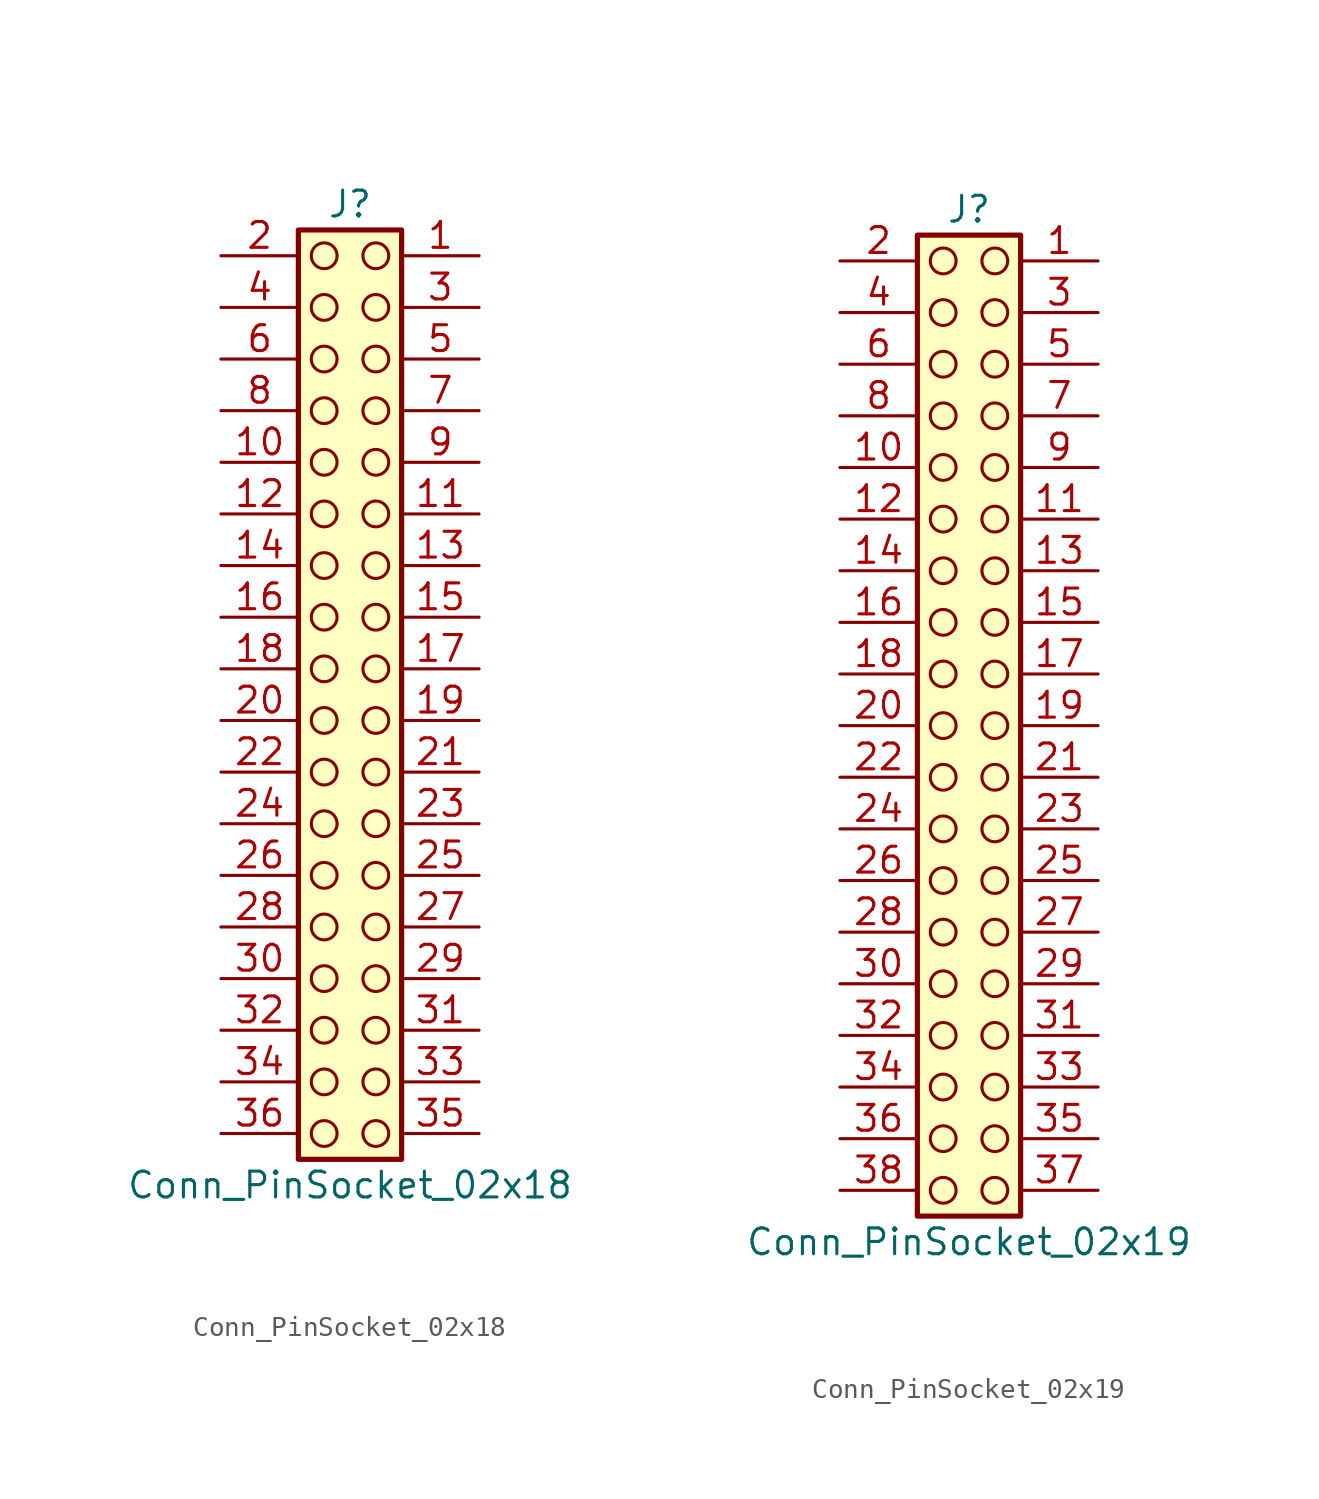
<source format=kicad_sym>
(kicad_symbol_lib
  (version 20241209)
  (generator "kicad_symbol_editor")
  (generator_version "9.0")
  (symbol "Conn_PinSocket_02x18"
    (pin_names
      (offset 1.016)
      (hide yes))
    (property "Reference" "J"
      (at 1.27 22.86 0)
      (effects (font (size 1.27 1.27))))
    (property "Value" "Conn_PinSocket_02x18"
      (at 1.27 -25.4 0)
      (effects (font (size 1.27 1.27))))
    (symbol "Conn_PinSocket_02x18_1_1"
      (rectangle (start -1.27 21.59) (end 3.81 -24.13) (stroke (width 0.254) (type default)) (fill (type background)))
      (circle (center 0 20.32) (radius 0.635) (stroke (width 0) (type solid) (color 132 0 0 1)) (fill (type none)))
      (circle (center 0 17.78) (radius 0.635) (stroke (width 0) (type solid) (color 132 0 0 1)) (fill (type none)))
      (circle (center 0 15.24) (radius 0.635) (stroke (width 0) (type solid) (color 132 0 0 1)) (fill (type none)))
      (circle (center 0 12.7) (radius 0.635) (stroke (width 0) (type solid) (color 132 0 0 1)) (fill (type none)))
      (circle (center 0 10.16) (radius 0.635) (stroke (width 0) (type solid) (color 132 0 0 1)) (fill (type none)))
      (circle (center 0 7.62) (radius 0.635) (stroke (width 0) (type solid) (color 132 0 0 1)) (fill (type none)))
      (circle (center 0 5.08) (radius 0.635) (stroke (width 0) (type solid) (color 132 0 0 1)) (fill (type none)))
      (circle (center 0 2.54) (radius 0.635) (stroke (width 0) (type solid) (color 132 0 0 1)) (fill (type none)))
      (circle (center 0 0) (radius 0.635) (stroke (width 0) (type solid) (color 132 0 0 1)) (fill (type none)))
      (circle (center 0 -2.54) (radius 0.635) (stroke (width 0) (type solid) (color 132 0 0 1)) (fill (type none)))
      (circle (center 0 -5.08) (radius 0.635) (stroke (width 0) (type solid) (color 132 0 0 1)) (fill (type none)))
      (circle (center 0 -7.62) (radius 0.635) (stroke (width 0) (type solid) (color 132 0 0 1)) (fill (type none)))
      (circle (center 0 -10.16) (radius 0.635) (stroke (width 0) (type solid) (color 132 0 0 1)) (fill (type none)))
      (circle (center 0 -12.7) (radius 0.635) (stroke (width 0) (type solid) (color 132 0 0 1)) (fill (type none)))
      (circle (center 0 -15.24) (radius 0.635) (stroke (width 0) (type solid) (color 132 0 0 1)) (fill (type none)))
      (circle (center 0 -17.78) (radius 0.635) (stroke (width 0) (type solid) (color 132 0 0 1)) (fill (type none)))
      (circle (center 0 -20.32) (radius 0.635) (stroke (width 0) (type solid) (color 132 0 0 1)) (fill (type none)))
      (circle (center 0 -22.86) (radius 0.635) (stroke (width 0) (type solid) (color 132 0 0 1)) (fill (type none)))
      (circle (center 2.54 20.32) (radius 0.635) (stroke (width 0) (type solid) (color 132 0 0 1)) (fill (type none)))
      (circle (center 2.54 17.78) (radius 0.635) (stroke (width 0) (type solid) (color 132 0 0 1)) (fill (type none)))
      (circle (center 2.54 15.24) (radius 0.635) (stroke (width 0) (type solid) (color 132 0 0 1)) (fill (type none)))
      (circle (center 2.54 12.7) (radius 0.635) (stroke (width 0) (type solid) (color 132 0 0 1)) (fill (type none)))
      (circle (center 2.54 10.16) (radius 0.635) (stroke (width 0) (type solid) (color 132 0 0 1)) (fill (type none)))
      (circle (center 2.54 7.62) (radius 0.635) (stroke (width 0) (type solid) (color 132 0 0 1)) (fill (type none)))
      (circle (center 2.54 5.08) (radius 0.635) (stroke (width 0) (type solid) (color 132 0 0 1)) (fill (type none)))
      (circle (center 2.54 2.54) (radius 0.635) (stroke (width 0) (type solid) (color 132 0 0 1)) (fill (type none)))
      (circle (center 2.54 0) (radius 0.635) (stroke (width 0) (type solid) (color 132 0 0 1)) (fill (type none)))
      (circle (center 2.54 -2.54) (radius 0.635) (stroke (width 0) (type solid) (color 132 0 0 1)) (fill (type none)))
      (circle (center 2.54 -5.08) (radius 0.635) (stroke (width 0) (type solid) (color 132 0 0 1)) (fill (type none)))
      (circle (center 2.54 -7.62) (radius 0.635) (stroke (width 0) (type solid) (color 132 0 0 1)) (fill (type none)))
      (circle (center 2.54 -10.16) (radius 0.635) (stroke (width 0) (type solid) (color 132 0 0 1)) (fill (type none)))
      (circle (center 2.54 -12.7) (radius 0.635) (stroke (width 0) (type solid) (color 132 0 0 1)) (fill (type none)))
      (circle (center 2.54 -15.24) (radius 0.635) (stroke (width 0) (type solid) (color 132 0 0 1)) (fill (type none)))
      (circle (center 2.54 -17.78) (radius 0.635) (stroke (width 0) (type solid) (color 132 0 0 1)) (fill (type none)))
      (circle (center 2.54 -20.32) (radius 0.635) (stroke (width 0) (type solid) (color 132 0 0 1)) (fill (type none)))
      (circle (center 2.54 -22.86) (radius 0.635) (stroke (width 0) (type solid) (color 132 0 0 1)) (fill (type none)))
      (pin passive line (at -5.08 20.32 0) (length 3.81) (name "Pin_2" (effects (font (size 1.27 1.27)))) (number "2" (effects (font (size 1.27 1.27)))))
      (pin passive line (at -5.08 17.78 0) (length 3.81) (name "Pin_4" (effects (font (size 1.27 1.27)))) (number "4" (effects (font (size 1.27 1.27)))))
      (pin passive line (at -5.08 15.24 0) (length 3.81) (name "Pin_6" (effects (font (size 1.27 1.27)))) (number "6" (effects (font (size 1.27 1.27)))))
      (pin passive line (at -5.08 12.7 0) (length 3.81) (name "Pin_8" (effects (font (size 1.27 1.27)))) (number "8" (effects (font (size 1.27 1.27)))))
      (pin passive line (at -5.08 10.16 0) (length 3.81) (name "Pin_10" (effects (font (size 1.27 1.27)))) (number "10" (effects (font (size 1.27 1.27)))))
      (pin passive line (at -5.08 7.62 0) (length 3.81) (name "Pin_12" (effects (font (size 1.27 1.27)))) (number "12" (effects (font (size 1.27 1.27)))))
      (pin passive line (at -5.08 5.08 0) (length 3.81) (name "Pin_14" (effects (font (size 1.27 1.27)))) (number "14" (effects (font (size 1.27 1.27)))))
      (pin passive line (at -5.08 2.54 0) (length 3.81) (name "Pin_16" (effects (font (size 1.27 1.27)))) (number "16" (effects (font (size 1.27 1.27)))))
      (pin passive line (at -5.08 0 0) (length 3.81) (name "Pin_18" (effects (font (size 1.27 1.27)))) (number "18" (effects (font (size 1.27 1.27)))))
      (pin passive line (at -5.08 -2.54 0) (length 3.81) (name "Pin_20" (effects (font (size 1.27 1.27)))) (number "20" (effects (font (size 1.27 1.27)))))
      (pin passive line (at -5.08 -5.08 0) (length 3.81) (name "Pin_22" (effects (font (size 1.27 1.27)))) (number "22" (effects (font (size 1.27 1.27)))))
      (pin passive line (at -5.08 -7.62 0) (length 3.81) (name "Pin_24" (effects (font (size 1.27 1.27)))) (number "24" (effects (font (size 1.27 1.27)))))
      (pin passive line (at -5.08 -10.16 0) (length 3.81) (name "Pin_26" (effects (font (size 1.27 1.27)))) (number "26" (effects (font (size 1.27 1.27)))))
      (pin passive line (at -5.08 -12.7 0) (length 3.81) (name "Pin_28" (effects (font (size 1.27 1.27)))) (number "28" (effects (font (size 1.27 1.27)))))
      (pin passive line (at -5.08 -15.24 0) (length 3.81) (name "Pin_30" (effects (font (size 1.27 1.27)))) (number "30" (effects (font (size 1.27 1.27)))))
      (pin passive line (at -5.08 -17.78 0) (length 3.81) (name "Pin_32" (effects (font (size 1.27 1.27)))) (number "32" (effects (font (size 1.27 1.27)))))
      (pin passive line (at -5.08 -20.32 0) (length 3.81) (name "Pin_34" (effects (font (size 1.27 1.27)))) (number "34" (effects (font (size 1.27 1.27)))))
      (pin passive line (at -5.08 -22.86 0) (length 3.81) (name "Pin_36" (effects (font (size 1.27 1.27)))) (number "36" (effects (font (size 1.27 1.27)))))
      (pin passive line (at 7.62 20.32 180) (length 3.81) (name "Pin_1" (effects (font (size 1.27 1.27)))) (number "1" (effects (font (size 1.27 1.27)))))
      (pin passive line (at 7.62 17.78 180) (length 3.81) (name "Pin_3" (effects (font (size 1.27 1.27)))) (number "3" (effects (font (size 1.27 1.27)))))
      (pin passive line (at 7.62 15.24 180) (length 3.81) (name "Pin_5" (effects (font (size 1.27 1.27)))) (number "5" (effects (font (size 1.27 1.27)))))
      (pin passive line (at 7.62 12.7 180) (length 3.81) (name "Pin_7" (effects (font (size 1.27 1.27)))) (number "7" (effects (font (size 1.27 1.27)))))
      (pin passive line (at 7.62 10.16 180) (length 3.81) (name "Pin_9" (effects (font (size 1.27 1.27)))) (number "9" (effects (font (size 1.27 1.27)))))
      (pin passive line (at 7.62 7.62 180) (length 3.81) (name "Pin_11" (effects (font (size 1.27 1.27)))) (number "11" (effects (font (size 1.27 1.27)))))
      (pin passive line (at 7.62 5.08 180) (length 3.81) (name "Pin_13" (effects (font (size 1.27 1.27)))) (number "13" (effects (font (size 1.27 1.27)))))
      (pin passive line (at 7.62 2.54 180) (length 3.81) (name "Pin_15" (effects (font (size 1.27 1.27)))) (number "15" (effects (font (size 1.27 1.27)))))
      (pin passive line (at 7.62 0 180) (length 3.81) (name "Pin_17" (effects (font (size 1.27 1.27)))) (number "17" (effects (font (size 1.27 1.27)))))
      (pin passive line (at 7.62 -2.54 180) (length 3.81) (name "Pin_19" (effects (font (size 1.27 1.27)))) (number "19" (effects (font (size 1.27 1.27)))))
      (pin passive line (at 7.62 -5.08 180) (length 3.81) (name "Pin_21" (effects (font (size 1.27 1.27)))) (number "21" (effects (font (size 1.27 1.27)))))
      (pin passive line (at 7.62 -7.62 180) (length 3.81) (name "Pin_23" (effects (font (size 1.27 1.27)))) (number "23" (effects (font (size 1.27 1.27)))))
      (pin passive line (at 7.62 -10.16 180) (length 3.81) (name "Pin_25" (effects (font (size 1.27 1.27)))) (number "25" (effects (font (size 1.27 1.27)))))
      (pin passive line (at 7.62 -12.7 180) (length 3.81) (name "Pin_27" (effects (font (size 1.27 1.27)))) (number "27" (effects (font (size 1.27 1.27)))))
      (pin passive line (at 7.62 -15.24 180) (length 3.81) (name "Pin_29" (effects (font (size 1.27 1.27)))) (number "29" (effects (font (size 1.27 1.27)))))
      (pin passive line (at 7.62 -17.78 180) (length 3.81) (name "Pin_31" (effects (font (size 1.27 1.27)))) (number "31" (effects (font (size 1.27 1.27)))))
      (pin passive line (at 7.62 -20.32 180) (length 3.81) (name "Pin_33" (effects (font (size 1.27 1.27)))) (number "33" (effects (font (size 1.27 1.27)))))
      (pin passive line (at 7.62 -22.86 180) (length 3.81) (name "Pin_35" (effects (font (size 1.27 1.27)))) (number "35" (effects (font (size 1.27 1.27)))))))
  (symbol "Conn_PinSocket_02x19"
    (pin_names
      (offset 1.016)
      (hide yes))
    (property "Reference" "J"
      (at 1.27 25.4 0)
      (effects (font (size 1.27 1.27))))
    (property "Value" "Conn_PinSocket_02x19"
      (at 1.27 -25.4 0)
      (effects (font (size 1.27 1.27))))
    (symbol "Conn_PinSocket_02x19_1_1"
      (rectangle (start -1.27 24.13) (end 3.81 -24.13) (stroke (width 0.254) (type default)) (fill (type background)))
      (circle (center 0 22.86) (radius 0.635) (stroke (width 0) (type solid) (color 132 0 0 1)) (fill (type none)))
      (circle (center 0 20.32) (radius 0.635) (stroke (width 0) (type solid) (color 132 0 0 1)) (fill (type none)))
      (circle (center 0 17.78) (radius 0.635) (stroke (width 0) (type solid) (color 132 0 0 1)) (fill (type none)))
      (circle (center 0 15.24) (radius 0.635) (stroke (width 0) (type solid) (color 132 0 0 1)) (fill (type none)))
      (circle (center 0 12.7) (radius 0.635) (stroke (width 0) (type solid) (color 132 0 0 1)) (fill (type none)))
      (circle (center 0 10.16) (radius 0.635) (stroke (width 0) (type solid) (color 132 0 0 1)) (fill (type none)))
      (circle (center 0 7.62) (radius 0.635) (stroke (width 0) (type solid) (color 132 0 0 1)) (fill (type none)))
      (circle (center 0 5.08) (radius 0.635) (stroke (width 0) (type solid) (color 132 0 0 1)) (fill (type none)))
      (circle (center 0 2.54) (radius 0.635) (stroke (width 0) (type solid) (color 132 0 0 1)) (fill (type none)))
      (circle (center 0 0) (radius 0.635) (stroke (width 0) (type solid) (color 132 0 0 1)) (fill (type none)))
      (circle (center 0 -2.54) (radius 0.635) (stroke (width 0) (type solid) (color 132 0 0 1)) (fill (type none)))
      (circle (center 0 -5.08) (radius 0.635) (stroke (width 0) (type solid) (color 132 0 0 1)) (fill (type none)))
      (circle (center 0 -7.62) (radius 0.635) (stroke (width 0) (type solid) (color 132 0 0 1)) (fill (type none)))
      (circle (center 0 -10.16) (radius 0.635) (stroke (width 0) (type solid) (color 132 0 0 1)) (fill (type none)))
      (circle (center 0 -12.7) (radius 0.635) (stroke (width 0) (type solid) (color 132 0 0 1)) (fill (type none)))
      (circle (center 0 -15.24) (radius 0.635) (stroke (width 0) (type solid) (color 132 0 0 1)) (fill (type none)))
      (circle (center 0 -17.78) (radius 0.635) (stroke (width 0) (type solid) (color 132 0 0 1)) (fill (type none)))
      (circle (center 0 -20.32) (radius 0.635) (stroke (width 0) (type solid) (color 132 0 0 1)) (fill (type none)))
      (circle (center 0 -22.86) (radius 0.635) (stroke (width 0) (type solid) (color 132 0 0 1)) (fill (type none)))
      (circle (center 2.54 22.86) (radius 0.635) (stroke (width 0) (type solid) (color 132 0 0 1)) (fill (type none)))
      (circle (center 2.54 20.32) (radius 0.635) (stroke (width 0) (type solid) (color 132 0 0 1)) (fill (type none)))
      (circle (center 2.54 17.78) (radius 0.635) (stroke (width 0) (type solid) (color 132 0 0 1)) (fill (type none)))
      (circle (center 2.54 15.24) (radius 0.635) (stroke (width 0) (type solid) (color 132 0 0 1)) (fill (type none)))
      (circle (center 2.54 12.7) (radius 0.635) (stroke (width 0) (type solid) (color 132 0 0 1)) (fill (type none)))
      (circle (center 2.54 10.16) (radius 0.635) (stroke (width 0) (type solid) (color 132 0 0 1)) (fill (type none)))
      (circle (center 2.54 7.62) (radius 0.635) (stroke (width 0) (type solid) (color 132 0 0 1)) (fill (type none)))
      (circle (center 2.54 5.08) (radius 0.635) (stroke (width 0) (type solid) (color 132 0 0 1)) (fill (type none)))
      (circle (center 2.54 2.54) (radius 0.635) (stroke (width 0) (type solid) (color 132 0 0 1)) (fill (type none)))
      (circle (center 2.54 0) (radius 0.635) (stroke (width 0) (type solid) (color 132 0 0 1)) (fill (type none)))
      (circle (center 2.54 -2.54) (radius 0.635) (stroke (width 0) (type solid) (color 132 0 0 1)) (fill (type none)))
      (circle (center 2.54 -5.08) (radius 0.635) (stroke (width 0) (type solid) (color 132 0 0 1)) (fill (type none)))
      (circle (center 2.54 -7.62) (radius 0.635) (stroke (width 0) (type solid) (color 132 0 0 1)) (fill (type none)))
      (circle (center 2.54 -10.16) (radius 0.635) (stroke (width 0) (type solid) (color 132 0 0 1)) (fill (type none)))
      (circle (center 2.54 -12.7) (radius 0.635) (stroke (width 0) (type solid) (color 132 0 0 1)) (fill (type none)))
      (circle (center 2.54 -15.24) (radius 0.635) (stroke (width 0) (type solid) (color 132 0 0 1)) (fill (type none)))
      (circle (center 2.54 -17.78) (radius 0.635) (stroke (width 0) (type solid) (color 132 0 0 1)) (fill (type none)))
      (circle (center 2.54 -20.32) (radius 0.635) (stroke (width 0) (type solid) (color 132 0 0 1)) (fill (type none)))
      (circle (center 2.54 -22.86) (radius 0.635) (stroke (width 0) (type solid) (color 132 0 0 1)) (fill (type none)))
      (pin passive line (at -5.08 22.86 0) (length 3.81) (name "Pin_2" (effects (font (size 1.27 1.27)))) (number "2" (effects (font (size 1.27 1.27)))))
      (pin passive line (at -5.08 20.32 0) (length 3.81) (name "Pin_4" (effects (font (size 1.27 1.27)))) (number "4" (effects (font (size 1.27 1.27)))))
      (pin passive line (at -5.08 17.78 0) (length 3.81) (name "Pin_6" (effects (font (size 1.27 1.27)))) (number "6" (effects (font (size 1.27 1.27)))))
      (pin passive line (at -5.08 15.24 0) (length 3.81) (name "Pin_8" (effects (font (size 1.27 1.27)))) (number "8" (effects (font (size 1.27 1.27)))))
      (pin passive line (at -5.08 12.7 0) (length 3.81) (name "Pin_10" (effects (font (size 1.27 1.27)))) (number "10" (effects (font (size 1.27 1.27)))))
      (pin passive line (at -5.08 10.16 0) (length 3.81) (name "Pin_12" (effects (font (size 1.27 1.27)))) (number "12" (effects (font (size 1.27 1.27)))))
      (pin passive line (at -5.08 7.62 0) (length 3.81) (name "Pin_14" (effects (font (size 1.27 1.27)))) (number "14" (effects (font (size 1.27 1.27)))))
      (pin passive line (at -5.08 5.08 0) (length 3.81) (name "Pin_16" (effects (font (size 1.27 1.27)))) (number "16" (effects (font (size 1.27 1.27)))))
      (pin passive line (at -5.08 2.54 0) (length 3.81) (name "Pin_18" (effects (font (size 1.27 1.27)))) (number "18" (effects (font (size 1.27 1.27)))))
      (pin passive line (at -5.08 0 0) (length 3.81) (name "Pin_20" (effects (font (size 1.27 1.27)))) (number "20" (effects (font (size 1.27 1.27)))))
      (pin passive line (at -5.08 -2.54 0) (length 3.81) (name "Pin_22" (effects (font (size 1.27 1.27)))) (number "22" (effects (font (size 1.27 1.27)))))
      (pin passive line (at -5.08 -5.08 0) (length 3.81) (name "Pin_24" (effects (font (size 1.27 1.27)))) (number "24" (effects (font (size 1.27 1.27)))))
      (pin passive line (at -5.08 -7.62 0) (length 3.81) (name "Pin_26" (effects (font (size 1.27 1.27)))) (number "26" (effects (font (size 1.27 1.27)))))
      (pin passive line (at -5.08 -10.16 0) (length 3.81) (name "Pin_28" (effects (font (size 1.27 1.27)))) (number "28" (effects (font (size 1.27 1.27)))))
      (pin passive line (at -5.08 -12.7 0) (length 3.81) (name "Pin_30" (effects (font (size 1.27 1.27)))) (number "30" (effects (font (size 1.27 1.27)))))
      (pin passive line (at -5.08 -15.24 0) (length 3.81) (name "Pin_32" (effects (font (size 1.27 1.27)))) (number "32" (effects (font (size 1.27 1.27)))))
      (pin passive line (at -5.08 -17.78 0) (length 3.81) (name "Pin_34" (effects (font (size 1.27 1.27)))) (number "34" (effects (font (size 1.27 1.27)))))
      (pin passive line (at -5.08 -20.32 0) (length 3.81) (name "Pin_36" (effects (font (size 1.27 1.27)))) (number "36" (effects (font (size 1.27 1.27)))))
      (pin passive line (at -5.08 -22.86 0) (length 3.81) (name "Pin_38" (effects (font (size 1.27 1.27)))) (number "38" (effects (font (size 1.27 1.27)))))
      (pin passive line (at 7.62 22.86 180) (length 3.81) (name "Pin_1" (effects (font (size 1.27 1.27)))) (number "1" (effects (font (size 1.27 1.27)))))
      (pin passive line (at 7.62 20.32 180) (length 3.81) (name "Pin_3" (effects (font (size 1.27 1.27)))) (number "3" (effects (font (size 1.27 1.27)))))
      (pin passive line (at 7.62 17.78 180) (length 3.81) (name "Pin_5" (effects (font (size 1.27 1.27)))) (number "5" (effects (font (size 1.27 1.27)))))
      (pin passive line (at 7.62 15.24 180) (length 3.81) (name "Pin_7" (effects (font (size 1.27 1.27)))) (number "7" (effects (font (size 1.27 1.27)))))
      (pin passive line (at 7.62 12.7 180) (length 3.81) (name "Pin_9" (effects (font (size 1.27 1.27)))) (number "9" (effects (font (size 1.27 1.27)))))
      (pin passive line (at 7.62 10.16 180) (length 3.81) (name "Pin_11" (effects (font (size 1.27 1.27)))) (number "11" (effects (font (size 1.27 1.27)))))
      (pin passive line (at 7.62 7.62 180) (length 3.81) (name "Pin_13" (effects (font (size 1.27 1.27)))) (number "13" (effects (font (size 1.27 1.27)))))
      (pin passive line (at 7.62 5.08 180) (length 3.81) (name "Pin_15" (effects (font (size 1.27 1.27)))) (number "15" (effects (font (size 1.27 1.27)))))
      (pin passive line (at 7.62 2.54 180) (length 3.81) (name "Pin_17" (effects (font (size 1.27 1.27)))) (number "17" (effects (font (size 1.27 1.27)))))
      (pin passive line (at 7.62 0 180) (length 3.81) (name "Pin_19" (effects (font (size 1.27 1.27)))) (number "19" (effects (font (size 1.27 1.27)))))
      (pin passive line (at 7.62 -2.54 180) (length 3.81) (name "Pin_21" (effects (font (size 1.27 1.27)))) (number "21" (effects (font (size 1.27 1.27)))))
      (pin passive line (at 7.62 -5.08 180) (length 3.81) (name "Pin_23" (effects (font (size 1.27 1.27)))) (number "23" (effects (font (size 1.27 1.27)))))
      (pin passive line (at 7.62 -7.62 180) (length 3.81) (name "Pin_25" (effects (font (size 1.27 1.27)))) (number "25" (effects (font (size 1.27 1.27)))))
      (pin passive line (at 7.62 -10.16 180) (length 3.81) (name "Pin_27" (effects (font (size 1.27 1.27)))) (number "27" (effects (font (size 1.27 1.27)))))
      (pin passive line (at 7.62 -12.7 180) (length 3.81) (name "Pin_29" (effects (font (size 1.27 1.27)))) (number "29" (effects (font (size 1.27 1.27)))))
      (pin passive line (at 7.62 -15.24 180) (length 3.81) (name "Pin_31" (effects (font (size 1.27 1.27)))) (number "31" (effects (font (size 1.27 1.27)))))
      (pin passive line (at 7.62 -17.78 180) (length 3.81) (name "Pin_33" (effects (font (size 1.27 1.27)))) (number "33" (effects (font (size 1.27 1.27)))))
      (pin passive line (at 7.62 -20.32 180) (length 3.81) (name "Pin_35" (effects (font (size 1.27 1.27)))) (number "35" (effects (font (size 1.27 1.27)))))
      (pin passive line (at 7.62 -22.86 180) (length 3.81) (name "Pin_37" (effects (font (size 1.27 1.27)))) (number "37" (effects (font (size 1.27 1.27))))))))
</source>
